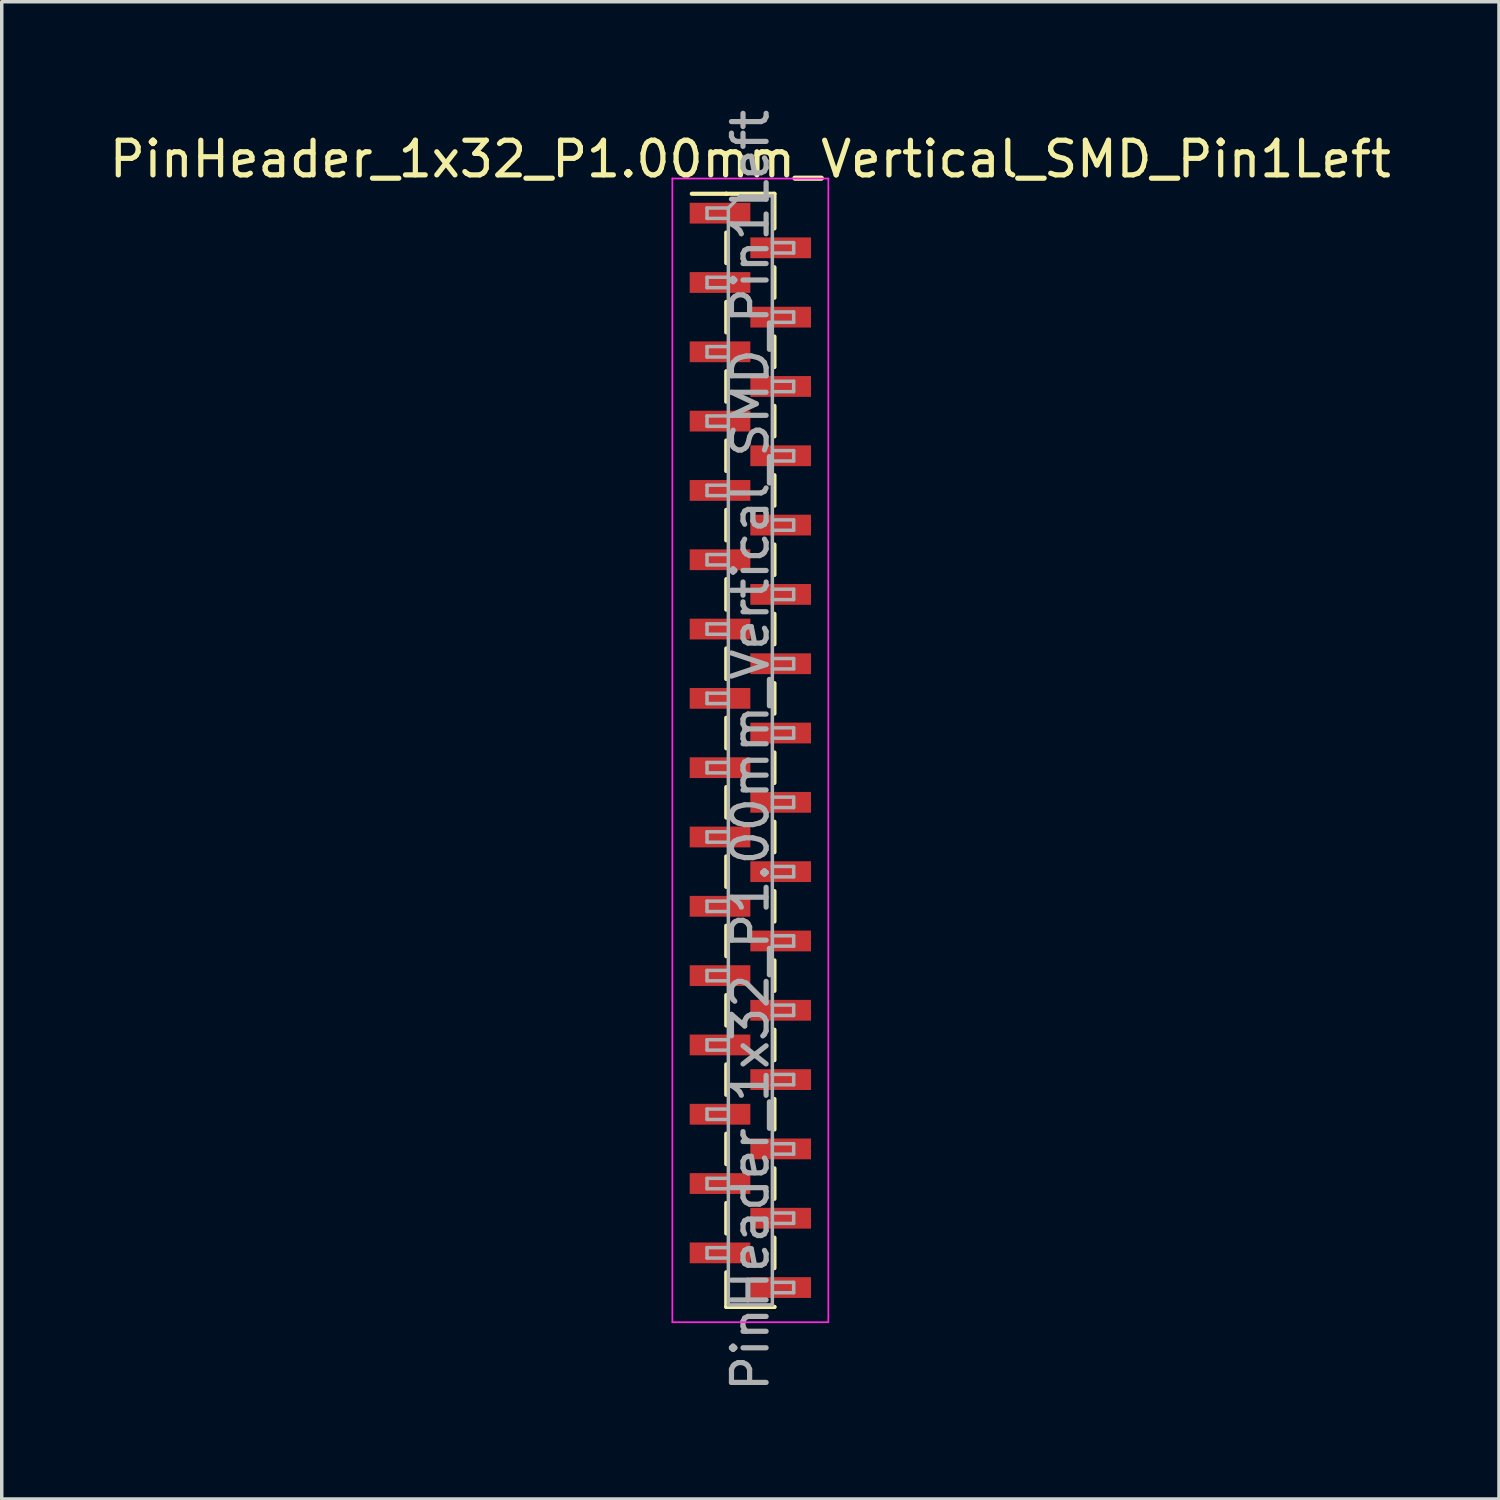
<source format=kicad_pcb>
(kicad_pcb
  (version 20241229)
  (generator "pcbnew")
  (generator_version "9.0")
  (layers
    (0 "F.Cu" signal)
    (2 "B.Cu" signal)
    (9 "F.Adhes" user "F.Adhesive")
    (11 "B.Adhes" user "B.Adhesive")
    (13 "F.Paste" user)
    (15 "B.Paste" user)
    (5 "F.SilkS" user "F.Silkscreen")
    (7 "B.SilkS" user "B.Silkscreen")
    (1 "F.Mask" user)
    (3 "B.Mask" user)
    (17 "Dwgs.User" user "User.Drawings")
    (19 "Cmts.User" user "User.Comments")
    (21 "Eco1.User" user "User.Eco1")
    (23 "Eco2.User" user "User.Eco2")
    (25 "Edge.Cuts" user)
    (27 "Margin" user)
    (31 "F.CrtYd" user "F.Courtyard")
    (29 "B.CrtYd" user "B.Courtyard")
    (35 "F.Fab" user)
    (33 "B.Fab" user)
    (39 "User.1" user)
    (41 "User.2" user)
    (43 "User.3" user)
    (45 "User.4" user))
  (footprint "PinHeader_1x32_P1.00mm_Vertical_SMD_Pin1Left"
    (layer "F.Cu")
    (at 18.601 18.601)
    (property "Reference" "PinHeader_1x32_P1.00mm_Vertical_SMD_Pin1Left" (at 0 -17.06 0) (layer "F.SilkS") (effects (font (size 1 1) (thickness 0.15))))
    (attr smd)
    (fp_line (start -0.695 -16.06) (end -1.69 -16.06) (stroke (width 0.12) (type solid)) (layer "F.SilkS"))
    (fp_line (start -0.695 -16.06) (end -0.695 -16.06) (stroke (width 0.12) (type solid)) (layer "F.SilkS"))
    (fp_line (start -0.695 -16.06) (end 0.695 -16.06) (stroke (width 0.12) (type solid)) (layer "F.SilkS"))
    (fp_line (start -0.695 -14.94) (end -0.695 -14.06) (stroke (width 0.12) (type solid)) (layer "F.SilkS"))
    (fp_line (start -0.695 -12.94) (end -0.695 -12.06) (stroke (width 0.12) (type solid)) (layer "F.SilkS"))
    (fp_line (start -0.695 -10.94) (end -0.695 -10.06) (stroke (width 0.12) (type solid)) (layer "F.SilkS"))
    (fp_line (start -0.695 -8.94) (end -0.695 -8.06) (stroke (width 0.12) (type solid)) (layer "F.SilkS"))
    (fp_line (start -0.695 -6.94) (end -0.695 -6.06) (stroke (width 0.12) (type solid)) (layer "F.SilkS"))
    (fp_line (start -0.695 -4.94) (end -0.695 -4.06) (stroke (width 0.12) (type solid)) (layer "F.SilkS"))
    (fp_line (start -0.695 -2.94) (end -0.695 -2.06) (stroke (width 0.12) (type solid)) (layer "F.SilkS"))
    (fp_line (start -0.695 -0.94) (end -0.695 -0.06) (stroke (width 0.12) (type solid)) (layer "F.SilkS"))
    (fp_line (start -0.695 1.06) (end -0.695 1.94) (stroke (width 0.12) (type solid)) (layer "F.SilkS"))
    (fp_line (start -0.695 3.06) (end -0.695 3.94) (stroke (width 0.12) (type solid)) (layer "F.SilkS"))
    (fp_line (start -0.695 5.06) (end -0.695 5.94) (stroke (width 0.12) (type solid)) (layer "F.SilkS"))
    (fp_line (start -0.695 7.06) (end -0.695 7.94) (stroke (width 0.12) (type solid)) (layer "F.SilkS"))
    (fp_line (start -0.695 9.06) (end -0.695 9.94) (stroke (width 0.12) (type solid)) (layer "F.SilkS"))
    (fp_line (start -0.695 11.06) (end -0.695 11.94) (stroke (width 0.12) (type solid)) (layer "F.SilkS"))
    (fp_line (start -0.695 13.06) (end -0.695 13.94) (stroke (width 0.12) (type solid)) (layer "F.SilkS"))
    (fp_line (start -0.695 15.06) (end -0.695 16.06) (stroke (width 0.12) (type solid)) (layer "F.SilkS"))
    (fp_line (start -0.695 16.06) (end 0.695 16.06) (stroke (width 0.12) (type solid)) (layer "F.SilkS"))
    (fp_line (start 0.695 -16.06) (end 0.695 -15.06) (stroke (width 0.12) (type solid)) (layer "F.SilkS"))
    (fp_line (start 0.695 -13.94) (end 0.695 -13.06) (stroke (width 0.12) (type solid)) (layer "F.SilkS"))
    (fp_line (start 0.695 -11.94) (end 0.695 -11.06) (stroke (width 0.12) (type solid)) (layer "F.SilkS"))
    (fp_line (start 0.695 -9.94) (end 0.695 -9.06) (stroke (width 0.12) (type solid)) (layer "F.SilkS"))
    (fp_line (start 0.695 -7.94) (end 0.695 -7.06) (stroke (width 0.12) (type solid)) (layer "F.SilkS"))
    (fp_line (start 0.695 -5.94) (end 0.695 -5.06) (stroke (width 0.12) (type solid)) (layer "F.SilkS"))
    (fp_line (start 0.695 -3.94) (end 0.695 -3.06) (stroke (width 0.12) (type solid)) (layer "F.SilkS"))
    (fp_line (start 0.695 -1.94) (end 0.695 -1.06) (stroke (width 0.12) (type solid)) (layer "F.SilkS"))
    (fp_line (start 0.695 0.06) (end 0.695 0.94) (stroke (width 0.12) (type solid)) (layer "F.SilkS"))
    (fp_line (start 0.695 2.06) (end 0.695 2.94) (stroke (width 0.12) (type solid)) (layer "F.SilkS"))
    (fp_line (start 0.695 4.06) (end 0.695 4.94) (stroke (width 0.12) (type solid)) (layer "F.SilkS"))
    (fp_line (start 0.695 6.06) (end 0.695 6.94) (stroke (width 0.12) (type solid)) (layer "F.SilkS"))
    (fp_line (start 0.695 8.06) (end 0.695 8.94) (stroke (width 0.12) (type solid)) (layer "F.SilkS"))
    (fp_line (start 0.695 10.06) (end 0.695 10.94) (stroke (width 0.12) (type solid)) (layer "F.SilkS"))
    (fp_line (start 0.695 12.06) (end 0.695 12.94) (stroke (width 0.12) (type solid)) (layer "F.SilkS"))
    (fp_line (start 0.695 14.06) (end 0.695 14.94) (stroke (width 0.12) (type solid)) (layer "F.SilkS"))
    (fp_line (start 0.695 16.06) (end 0.695 16.06) (stroke (width 0.12) (type solid)) (layer "F.SilkS"))
    (fp_line (start -2.25 -16.5) (end -2.25 16.5) (stroke (width 0.05) (type solid)) (layer "F.CrtYd"))
    (fp_line (start -2.25 16.5) (end 2.25 16.5) (stroke (width 0.05) (type solid)) (layer "F.CrtYd"))
    (fp_line (start 2.25 -16.5) (end -2.25 -16.5) (stroke (width 0.05) (type solid)) (layer "F.CrtYd"))
    (fp_line (start 2.25 16.5) (end 2.25 -16.5) (stroke (width 0.05) (type solid)) (layer "F.CrtYd"))
    (fp_line (start -1.25 -15.65) (end -1.25 -15.35) (stroke (width 0.1) (type solid)) (layer "F.Fab"))
    (fp_line (start -1.25 -15.35) (end -0.635 -15.35) (stroke (width 0.1) (type solid)) (layer "F.Fab"))
    (fp_line (start -1.25 -13.65) (end -1.25 -13.35) (stroke (width 0.1) (type solid)) (layer "F.Fab"))
    (fp_line (start -1.25 -13.35) (end -0.635 -13.35) (stroke (width 0.1) (type solid)) (layer "F.Fab"))
    (fp_line (start -1.25 -11.65) (end -1.25 -11.35) (stroke (width 0.1) (type solid)) (layer "F.Fab"))
    (fp_line (start -1.25 -11.35) (end -0.635 -11.35) (stroke (width 0.1) (type solid)) (layer "F.Fab"))
    (fp_line (start -1.25 -9.65) (end -1.25 -9.35) (stroke (width 0.1) (type solid)) (layer "F.Fab"))
    (fp_line (start -1.25 -9.35) (end -0.635 -9.35) (stroke (width 0.1) (type solid)) (layer "F.Fab"))
    (fp_line (start -1.25 -7.65) (end -1.25 -7.35) (stroke (width 0.1) (type solid)) (layer "F.Fab"))
    (fp_line (start -1.25 -7.35) (end -0.635 -7.35) (stroke (width 0.1) (type solid)) (layer "F.Fab"))
    (fp_line (start -1.25 -5.65) (end -1.25 -5.35) (stroke (width 0.1) (type solid)) (layer "F.Fab"))
    (fp_line (start -1.25 -5.35) (end -0.635 -5.35) (stroke (width 0.1) (type solid)) (layer "F.Fab"))
    (fp_line (start -1.25 -3.65) (end -1.25 -3.35) (stroke (width 0.1) (type solid)) (layer "F.Fab"))
    (fp_line (start -1.25 -3.35) (end -0.635 -3.35) (stroke (width 0.1) (type solid)) (layer "F.Fab"))
    (fp_line (start -1.25 -1.65) (end -1.25 -1.35) (stroke (width 0.1) (type solid)) (layer "F.Fab"))
    (fp_line (start -1.25 -1.35) (end -0.635 -1.35) (stroke (width 0.1) (type solid)) (layer "F.Fab"))
    (fp_line (start -1.25 0.35) (end -1.25 0.65) (stroke (width 0.1) (type solid)) (layer "F.Fab"))
    (fp_line (start -1.25 0.65) (end -0.635 0.65) (stroke (width 0.1) (type solid)) (layer "F.Fab"))
    (fp_line (start -1.25 2.35) (end -1.25 2.65) (stroke (width 0.1) (type solid)) (layer "F.Fab"))
    (fp_line (start -1.25 2.65) (end -0.635 2.65) (stroke (width 0.1) (type solid)) (layer "F.Fab"))
    (fp_line (start -1.25 4.35) (end -1.25 4.65) (stroke (width 0.1) (type solid)) (layer "F.Fab"))
    (fp_line (start -1.25 4.65) (end -0.635 4.65) (stroke (width 0.1) (type solid)) (layer "F.Fab"))
    (fp_line (start -1.25 6.35) (end -1.25 6.65) (stroke (width 0.1) (type solid)) (layer "F.Fab"))
    (fp_line (start -1.25 6.65) (end -0.635 6.65) (stroke (width 0.1) (type solid)) (layer "F.Fab"))
    (fp_line (start -1.25 8.35) (end -1.25 8.65) (stroke (width 0.1) (type solid)) (layer "F.Fab"))
    (fp_line (start -1.25 8.65) (end -0.635 8.65) (stroke (width 0.1) (type solid)) (layer "F.Fab"))
    (fp_line (start -1.25 10.35) (end -1.25 10.65) (stroke (width 0.1) (type solid)) (layer "F.Fab"))
    (fp_line (start -1.25 10.65) (end -0.635 10.65) (stroke (width 0.1) (type solid)) (layer "F.Fab"))
    (fp_line (start -1.25 12.35) (end -1.25 12.65) (stroke (width 0.1) (type solid)) (layer "F.Fab"))
    (fp_line (start -1.25 12.65) (end -0.635 12.65) (stroke (width 0.1) (type solid)) (layer "F.Fab"))
    (fp_line (start -1.25 14.35) (end -1.25 14.65) (stroke (width 0.1) (type solid)) (layer "F.Fab"))
    (fp_line (start -1.25 14.65) (end -0.635 14.65) (stroke (width 0.1) (type solid)) (layer "F.Fab"))
    (fp_line (start -0.635 -15.65) (end -1.25 -15.65) (stroke (width 0.1) (type solid)) (layer "F.Fab"))
    (fp_line (start -0.635 -15.65) (end -0.285 -16) (stroke (width 0.1) (type solid)) (layer "F.Fab"))
    (fp_line (start -0.635 -13.65) (end -1.25 -13.65) (stroke (width 0.1) (type solid)) (layer "F.Fab"))
    (fp_line (start -0.635 -11.65) (end -1.25 -11.65) (stroke (width 0.1) (type solid)) (layer "F.Fab"))
    (fp_line (start -0.635 -9.65) (end -1.25 -9.65) (stroke (width 0.1) (type solid)) (layer "F.Fab"))
    (fp_line (start -0.635 -7.65) (end -1.25 -7.65) (stroke (width 0.1) (type solid)) (layer "F.Fab"))
    (fp_line (start -0.635 -5.65) (end -1.25 -5.65) (stroke (width 0.1) (type solid)) (layer "F.Fab"))
    (fp_line (start -0.635 -3.65) (end -1.25 -3.65) (stroke (width 0.1) (type solid)) (layer "F.Fab"))
    (fp_line (start -0.635 -1.65) (end -1.25 -1.65) (stroke (width 0.1) (type solid)) (layer "F.Fab"))
    (fp_line (start -0.635 0.35) (end -1.25 0.35) (stroke (width 0.1) (type solid)) (layer "F.Fab"))
    (fp_line (start -0.635 2.35) (end -1.25 2.35) (stroke (width 0.1) (type solid)) (layer "F.Fab"))
    (fp_line (start -0.635 4.35) (end -1.25 4.35) (stroke (width 0.1) (type solid)) (layer "F.Fab"))
    (fp_line (start -0.635 6.35) (end -1.25 6.35) (stroke (width 0.1) (type solid)) (layer "F.Fab"))
    (fp_line (start -0.635 8.35) (end -1.25 8.35) (stroke (width 0.1) (type solid)) (layer "F.Fab"))
    (fp_line (start -0.635 10.35) (end -1.25 10.35) (stroke (width 0.1) (type solid)) (layer "F.Fab"))
    (fp_line (start -0.635 12.35) (end -1.25 12.35) (stroke (width 0.1) (type solid)) (layer "F.Fab"))
    (fp_line (start -0.635 14.35) (end -1.25 14.35) (stroke (width 0.1) (type solid)) (layer "F.Fab"))
    (fp_line (start -0.635 16) (end -0.635 -15.65) (stroke (width 0.1) (type solid)) (layer "F.Fab"))
    (fp_line (start -0.285 -16) (end 0.635 -16) (stroke (width 0.1) (type solid)) (layer "F.Fab"))
    (fp_line (start 0.635 -16) (end 0.635 16) (stroke (width 0.1) (type solid)) (layer "F.Fab"))
    (fp_line (start 0.635 -14.65) (end 1.25 -14.65) (stroke (width 0.1) (type solid)) (layer "F.Fab"))
    (fp_line (start 0.635 -12.65) (end 1.25 -12.65) (stroke (width 0.1) (type solid)) (layer "F.Fab"))
    (fp_line (start 0.635 -10.65) (end 1.25 -10.65) (stroke (width 0.1) (type solid)) (layer "F.Fab"))
    (fp_line (start 0.635 -8.65) (end 1.25 -8.65) (stroke (width 0.1) (type solid)) (layer "F.Fab"))
    (fp_line (start 0.635 -6.65) (end 1.25 -6.65) (stroke (width 0.1) (type solid)) (layer "F.Fab"))
    (fp_line (start 0.635 -4.65) (end 1.25 -4.65) (stroke (width 0.1) (type solid)) (layer "F.Fab"))
    (fp_line (start 0.635 -2.65) (end 1.25 -2.65) (stroke (width 0.1) (type solid)) (layer "F.Fab"))
    (fp_line (start 0.635 -0.65) (end 1.25 -0.65) (stroke (width 0.1) (type solid)) (layer "F.Fab"))
    (fp_line (start 0.635 1.35) (end 1.25 1.35) (stroke (width 0.1) (type solid)) (layer "F.Fab"))
    (fp_line (start 0.635 3.35) (end 1.25 3.35) (stroke (width 0.1) (type solid)) (layer "F.Fab"))
    (fp_line (start 0.635 5.35) (end 1.25 5.35) (stroke (width 0.1) (type solid)) (layer "F.Fab"))
    (fp_line (start 0.635 7.35) (end 1.25 7.35) (stroke (width 0.1) (type solid)) (layer "F.Fab"))
    (fp_line (start 0.635 9.35) (end 1.25 9.35) (stroke (width 0.1) (type solid)) (layer "F.Fab"))
    (fp_line (start 0.635 11.35) (end 1.25 11.35) (stroke (width 0.1) (type solid)) (layer "F.Fab"))
    (fp_line (start 0.635 13.35) (end 1.25 13.35) (stroke (width 0.1) (type solid)) (layer "F.Fab"))
    (fp_line (start 0.635 15.35) (end 1.25 15.35) (stroke (width 0.1) (type solid)) (layer "F.Fab"))
    (fp_line (start 0.635 16) (end -0.635 16) (stroke (width 0.1) (type solid)) (layer "F.Fab"))
    (fp_line (start 1.25 -14.65) (end 1.25 -14.35) (stroke (width 0.1) (type solid)) (layer "F.Fab"))
    (fp_line (start 1.25 -14.35) (end 0.635 -14.35) (stroke (width 0.1) (type solid)) (layer "F.Fab"))
    (fp_line (start 1.25 -12.65) (end 1.25 -12.35) (stroke (width 0.1) (type solid)) (layer "F.Fab"))
    (fp_line (start 1.25 -12.35) (end 0.635 -12.35) (stroke (width 0.1) (type solid)) (layer "F.Fab"))
    (fp_line (start 1.25 -10.65) (end 1.25 -10.35) (stroke (width 0.1) (type solid)) (layer "F.Fab"))
    (fp_line (start 1.25 -10.35) (end 0.635 -10.35) (stroke (width 0.1) (type solid)) (layer "F.Fab"))
    (fp_line (start 1.25 -8.65) (end 1.25 -8.35) (stroke (width 0.1) (type solid)) (layer "F.Fab"))
    (fp_line (start 1.25 -8.35) (end 0.635 -8.35) (stroke (width 0.1) (type solid)) (layer "F.Fab"))
    (fp_line (start 1.25 -6.65) (end 1.25 -6.35) (stroke (width 0.1) (type solid)) (layer "F.Fab"))
    (fp_line (start 1.25 -6.35) (end 0.635 -6.35) (stroke (width 0.1) (type solid)) (layer "F.Fab"))
    (fp_line (start 1.25 -4.65) (end 1.25 -4.35) (stroke (width 0.1) (type solid)) (layer "F.Fab"))
    (fp_line (start 1.25 -4.35) (end 0.635 -4.35) (stroke (width 0.1) (type solid)) (layer "F.Fab"))
    (fp_line (start 1.25 -2.65) (end 1.25 -2.35) (stroke (width 0.1) (type solid)) (layer "F.Fab"))
    (fp_line (start 1.25 -2.35) (end 0.635 -2.35) (stroke (width 0.1) (type solid)) (layer "F.Fab"))
    (fp_line (start 1.25 -0.65) (end 1.25 -0.35) (stroke (width 0.1) (type solid)) (layer "F.Fab"))
    (fp_line (start 1.25 -0.35) (end 0.635 -0.35) (stroke (width 0.1) (type solid)) (layer "F.Fab"))
    (fp_line (start 1.25 1.35) (end 1.25 1.65) (stroke (width 0.1) (type solid)) (layer "F.Fab"))
    (fp_line (start 1.25 1.65) (end 0.635 1.65) (stroke (width 0.1) (type solid)) (layer "F.Fab"))
    (fp_line (start 1.25 3.35) (end 1.25 3.65) (stroke (width 0.1) (type solid)) (layer "F.Fab"))
    (fp_line (start 1.25 3.65) (end 0.635 3.65) (stroke (width 0.1) (type solid)) (layer "F.Fab"))
    (fp_line (start 1.25 5.35) (end 1.25 5.65) (stroke (width 0.1) (type solid)) (layer "F.Fab"))
    (fp_line (start 1.25 5.65) (end 0.635 5.65) (stroke (width 0.1) (type solid)) (layer "F.Fab"))
    (fp_line (start 1.25 7.35) (end 1.25 7.65) (stroke (width 0.1) (type solid)) (layer "F.Fab"))
    (fp_line (start 1.25 7.65) (end 0.635 7.65) (stroke (width 0.1) (type solid)) (layer "F.Fab"))
    (fp_line (start 1.25 9.35) (end 1.25 9.65) (stroke (width 0.1) (type solid)) (layer "F.Fab"))
    (fp_line (start 1.25 9.65) (end 0.635 9.65) (stroke (width 0.1) (type solid)) (layer "F.Fab"))
    (fp_line (start 1.25 11.35) (end 1.25 11.65) (stroke (width 0.1) (type solid)) (layer "F.Fab"))
    (fp_line (start 1.25 11.65) (end 0.635 11.65) (stroke (width 0.1) (type solid)) (layer "F.Fab"))
    (fp_line (start 1.25 13.35) (end 1.25 13.65) (stroke (width 0.1) (type solid)) (layer "F.Fab"))
    (fp_line (start 1.25 13.65) (end 0.635 13.65) (stroke (width 0.1) (type solid)) (layer "F.Fab"))
    (fp_line (start 1.25 15.35) (end 1.25 15.65) (stroke (width 0.1) (type solid)) (layer "F.Fab"))
    (fp_line (start 1.25 15.65) (end 0.635 15.65) (stroke (width 0.1) (type solid)) (layer "F.Fab"))
    (fp_text user "${REFERENCE}" (at 0 0 90) (layer "F.Fab") (effects (font (size 1 1) (thickness 0.15))))
    (pad "1" smd rect (at -0.875 -15.5) (size 1.75 0.6) (layers "F.Cu" "F.Mask" "F.Paste"))
    (pad "2" smd rect (at 0.875 -14.5) (size 1.75 0.6) (layers "F.Cu" "F.Mask" "F.Paste"))
    (pad "3" smd rect (at -0.875 -13.5) (size 1.75 0.6) (layers "F.Cu" "F.Mask" "F.Paste"))
    (pad "4" smd rect (at 0.875 -12.5) (size 1.75 0.6) (layers "F.Cu" "F.Mask" "F.Paste"))
    (pad "5" smd rect (at -0.875 -11.5) (size 1.75 0.6) (layers "F.Cu" "F.Mask" "F.Paste"))
    (pad "6" smd rect (at 0.875 -10.5) (size 1.75 0.6) (layers "F.Cu" "F.Mask" "F.Paste"))
    (pad "7" smd rect (at -0.875 -9.5) (size 1.75 0.6) (layers "F.Cu" "F.Mask" "F.Paste"))
    (pad "8" smd rect (at 0.875 -8.5) (size 1.75 0.6) (layers "F.Cu" "F.Mask" "F.Paste"))
    (pad "9" smd rect (at -0.875 -7.5) (size 1.75 0.6) (layers "F.Cu" "F.Mask" "F.Paste"))
    (pad "10" smd rect (at 0.875 -6.5) (size 1.75 0.6) (layers "F.Cu" "F.Mask" "F.Paste"))
    (pad "11" smd rect (at -0.875 -5.5) (size 1.75 0.6) (layers "F.Cu" "F.Mask" "F.Paste"))
    (pad "12" smd rect (at 0.875 -4.5) (size 1.75 0.6) (layers "F.Cu" "F.Mask" "F.Paste"))
    (pad "13" smd rect (at -0.875 -3.5) (size 1.75 0.6) (layers "F.Cu" "F.Mask" "F.Paste"))
    (pad "14" smd rect (at 0.875 -2.5) (size 1.75 0.6) (layers "F.Cu" "F.Mask" "F.Paste"))
    (pad "15" smd rect (at -0.875 -1.5) (size 1.75 0.6) (layers "F.Cu" "F.Mask" "F.Paste"))
    (pad "16" smd rect (at 0.875 -0.5) (size 1.75 0.6) (layers "F.Cu" "F.Mask" "F.Paste"))
    (pad "17" smd rect (at -0.875 0.5) (size 1.75 0.6) (layers "F.Cu" "F.Mask" "F.Paste"))
    (pad "18" smd rect (at 0.875 1.5) (size 1.75 0.6) (layers "F.Cu" "F.Mask" "F.Paste"))
    (pad "19" smd rect (at -0.875 2.5) (size 1.75 0.6) (layers "F.Cu" "F.Mask" "F.Paste"))
    (pad "20" smd rect (at 0.875 3.5) (size 1.75 0.6) (layers "F.Cu" "F.Mask" "F.Paste"))
    (pad "21" smd rect (at -0.875 4.5) (size 1.75 0.6) (layers "F.Cu" "F.Mask" "F.Paste"))
    (pad "22" smd rect (at 0.875 5.5) (size 1.75 0.6) (layers "F.Cu" "F.Mask" "F.Paste"))
    (pad "23" smd rect (at -0.875 6.5) (size 1.75 0.6) (layers "F.Cu" "F.Mask" "F.Paste"))
    (pad "24" smd rect (at 0.875 7.5) (size 1.75 0.6) (layers "F.Cu" "F.Mask" "F.Paste"))
    (pad "25" smd rect (at -0.875 8.5) (size 1.75 0.6) (layers "F.Cu" "F.Mask" "F.Paste"))
    (pad "26" smd rect (at 0.875 9.5) (size 1.75 0.6) (layers "F.Cu" "F.Mask" "F.Paste"))
    (pad "27" smd rect (at -0.875 10.5) (size 1.75 0.6) (layers "F.Cu" "F.Mask" "F.Paste"))
    (pad "28" smd rect (at 0.875 11.5) (size 1.75 0.6) (layers "F.Cu" "F.Mask" "F.Paste"))
    (pad "29" smd rect (at -0.875 12.5) (size 1.75 0.6) (layers "F.Cu" "F.Mask" "F.Paste"))
    (pad "30" smd rect (at 0.875 13.5) (size 1.75 0.6) (layers "F.Cu" "F.Mask" "F.Paste"))
    (pad "31" smd rect (at -0.875 14.5) (size 1.75 0.6) (layers "F.Cu" "F.Mask" "F.Paste"))
    (pad "32" smd rect (at 0.875 15.5) (size 1.75 0.6) (layers "F.Cu" "F.Mask" "F.Paste")))
  (gr_rect
    (start -3 -3)
    (end 40.202 40.202)
    (stroke (width 0.1) (type default))
    (fill no)
    (layer "Edge.Cuts")))
</source>
